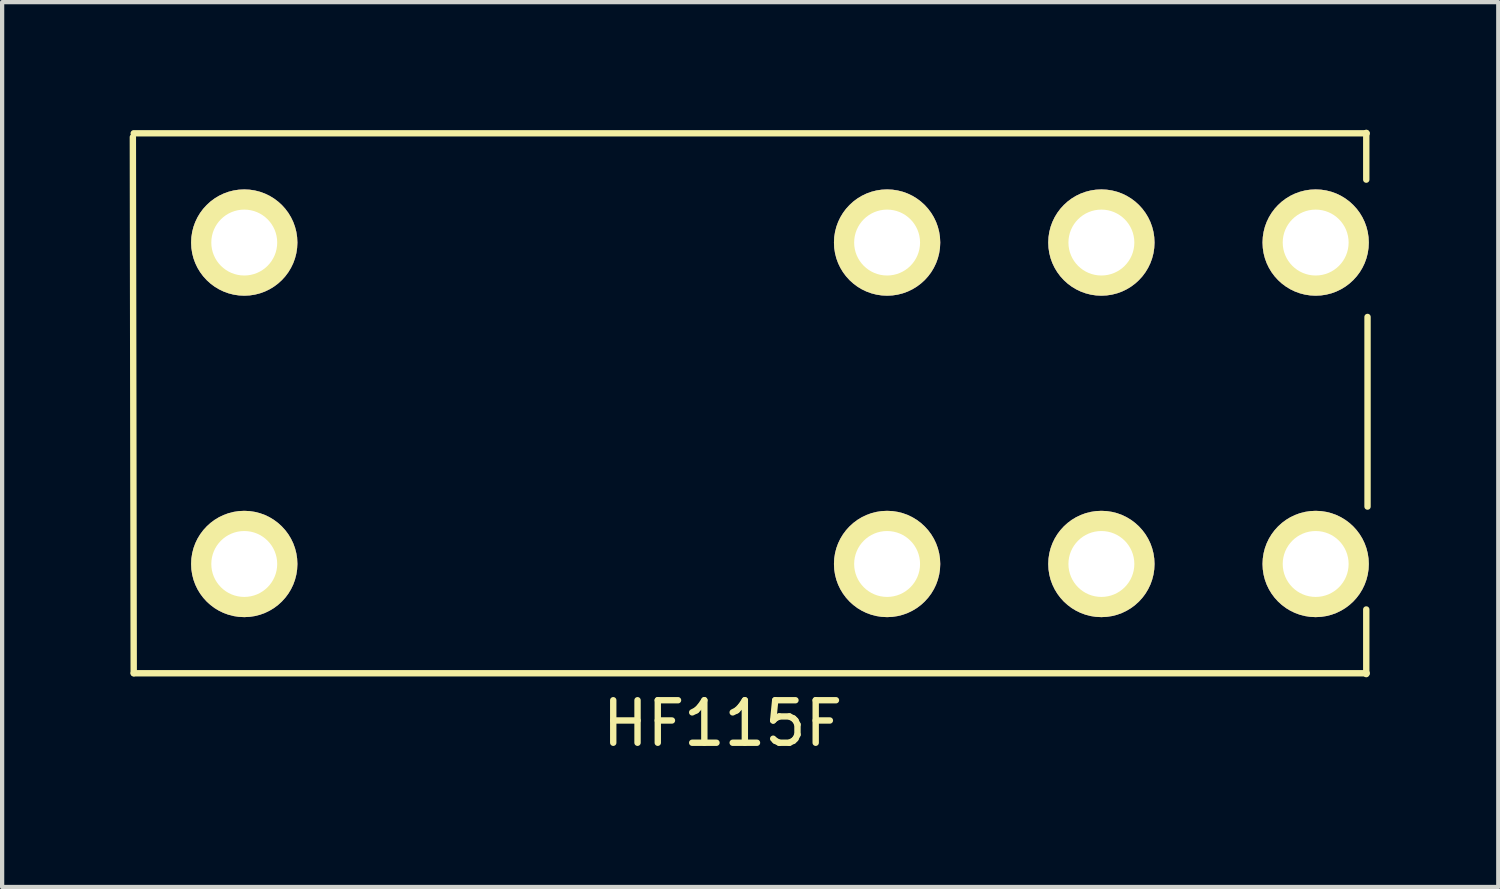
<source format=kicad_pcb>
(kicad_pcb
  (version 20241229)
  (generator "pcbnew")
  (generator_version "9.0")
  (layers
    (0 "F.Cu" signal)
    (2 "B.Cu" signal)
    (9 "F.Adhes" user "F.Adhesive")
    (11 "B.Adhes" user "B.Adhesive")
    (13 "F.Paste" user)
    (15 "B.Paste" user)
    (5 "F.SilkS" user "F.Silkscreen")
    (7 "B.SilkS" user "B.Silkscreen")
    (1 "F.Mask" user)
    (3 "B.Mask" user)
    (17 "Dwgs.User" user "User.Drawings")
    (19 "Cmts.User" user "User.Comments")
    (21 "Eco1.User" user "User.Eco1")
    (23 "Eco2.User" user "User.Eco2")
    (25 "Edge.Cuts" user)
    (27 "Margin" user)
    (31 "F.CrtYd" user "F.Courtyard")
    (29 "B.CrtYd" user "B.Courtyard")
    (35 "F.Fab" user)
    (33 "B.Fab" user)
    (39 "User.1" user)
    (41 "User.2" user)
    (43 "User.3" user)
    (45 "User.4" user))
  (footprint "HF115F"
    (layer "F.Cu")
    (at 2.695 2.655)
    (property "Reference" "HF115F" (at 11.25 11.31 0) (layer "F.SilkS") (effects (font (size 1 1) (thickness 0.15))))
    (attr through_hole)
    (fp_line (start -2.6 -2.57) (end 26.4 -2.57) (stroke (width 0.15) (type solid)) (layer "F.SilkS"))
    (fp_line (start -2.6 10.13) (end -2.62 -2.48) (stroke (width 0.15) (type solid)) (layer "F.SilkS"))
    (fp_line (start 26.39 -2.58) (end 26.39 -1.48) (stroke (width 0.15) (type solid)) (layer "F.SilkS"))
    (fp_line (start 26.39 10.15) (end 26.39 8.63) (stroke (width 0.15) (type solid)) (layer "F.SilkS"))
    (fp_line (start 26.4 10.13) (end -2.6 10.13) (stroke (width 0.15) (type solid)) (layer "F.SilkS"))
    (fp_line (start 26.42 1.75) (end 26.42 6.21) (stroke (width 0.15) (type solid)) (layer "F.SilkS"))
    (pad "1" thru_hole circle (at 0 0) (size 2.5 2.5) (drill 1.55) (layers "*.Cu" "*.Mask" "F.SilkS"))
    (pad "2" thru_hole circle (at 15.12 0) (size 2.5 2.5) (drill 1.55) (layers "*.Cu" "*.Mask" "F.SilkS"))
    (pad "3" thru_hole circle (at 20.16 0) (size 2.5 2.5) (drill 1.55) (layers "*.Cu" "*.Mask" "F.SilkS"))
    (pad "4" thru_hole circle (at 25.2 0) (size 2.5 2.5) (drill 1.55) (layers "*.Cu" "*.Mask" "F.SilkS"))
    (pad "5" thru_hole circle (at 25.2 7.56) (size 2.5 2.5) (drill 1.55) (layers "*.Cu" "*.Mask" "F.SilkS"))
    (pad "6" thru_hole circle (at 20.16 7.56) (size 2.5 2.5) (drill 1.55) (layers "*.Cu" "*.Mask" "F.SilkS"))
    (pad "7" thru_hole circle (at 15.12 7.56) (size 2.5 2.5) (drill 1.55) (layers "*.Cu" "*.Mask" "F.SilkS"))
    (pad "8" thru_hole circle (at 0 7.56) (size 2.5 2.5) (drill 1.55) (layers "*.Cu" "*.Mask" "F.SilkS")))
  (gr_rect
    (start -3 -3)
    (end 32.19 17.813)
    (stroke (width 0.1) (type default))
    (fill no)
    (layer "Edge.Cuts")))
</source>
